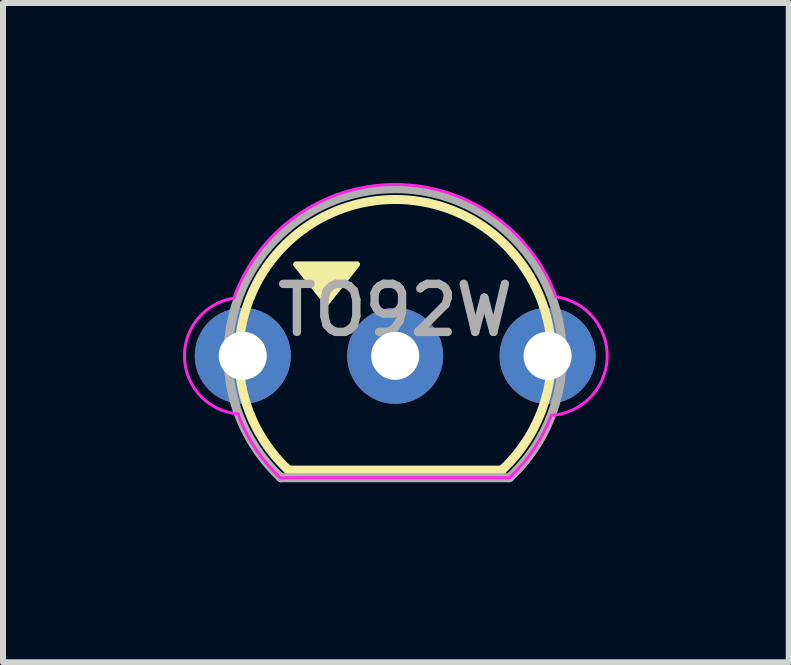
<source format=kicad_pcb>
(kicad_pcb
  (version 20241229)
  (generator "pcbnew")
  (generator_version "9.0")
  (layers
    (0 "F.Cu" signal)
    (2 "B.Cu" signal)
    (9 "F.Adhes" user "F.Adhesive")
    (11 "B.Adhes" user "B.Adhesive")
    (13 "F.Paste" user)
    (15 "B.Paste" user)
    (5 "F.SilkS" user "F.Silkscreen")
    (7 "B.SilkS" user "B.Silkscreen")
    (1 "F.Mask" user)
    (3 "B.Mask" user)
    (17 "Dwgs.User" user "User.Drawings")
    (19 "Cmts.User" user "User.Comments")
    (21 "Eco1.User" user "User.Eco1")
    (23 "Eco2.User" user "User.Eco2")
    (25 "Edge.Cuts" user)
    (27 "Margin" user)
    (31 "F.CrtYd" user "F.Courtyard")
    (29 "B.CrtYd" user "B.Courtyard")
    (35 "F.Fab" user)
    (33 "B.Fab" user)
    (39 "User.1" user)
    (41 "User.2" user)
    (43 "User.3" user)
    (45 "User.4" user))
  (footprint "TO92W"
    (layer "F.Cu")
    (at 3.536 2.88)
    (property "Reference" "TO92W" (at 0 -0.762 0) (layer "F.Fab") (effects (font (size 0.8 0.8) (thickness 0.14))))
    (attr through_hole)
    (fp_line (start 1.778 1.905) (end -1.778 1.905) (stroke (width 0.15) (type solid)) (layer "F.SilkS"))
    (fp_arc (start -1.779657 1.903452) (mid 0.001134 -2.605822) (end 1.778 1.905) (stroke (width 0.15) (type solid)) (layer "F.SilkS"))
    (fp_poly (pts (xy -1.143 -0.889) (xy -1.651 -1.524) (xy -0.635 -1.524)) (stroke (width 0.1) (type solid)) (fill yes) (layer "F.SilkS"))
    (fp_line (start -1.905 2.032) (end 1.905 2.032) (stroke (width 0.05) (type solid)) (layer "F.CrtYd"))
    (fp_arc (start -2.68898 -0.960163) (mid -0.012444 -2.855236) (end 2.680509 -0.983565) (stroke (width 0.05) (type solid)) (layer "F.CrtYd"))
    (fp_arc (start -2.609011 0.968991) (mid -3.51061 0.040278) (end -2.689058 -0.959942) (stroke (width 0.05) (type solid)) (layer "F.CrtYd"))
    (fp_arc (start -1.912481 2.037861) (mid -2.315074 1.565532) (end -2.603499 1.015999) (stroke (width 0.05) (type solid)) (layer "F.CrtYd"))
    (fp_arc (start 2.602971 0.991252) (mid 2.313274 1.551387) (end 1.904999 2.031999) (stroke (width 0.05) (type solid)) (layer "F.CrtYd"))
    (fp_arc (start 2.681247 -0.983461) (mid 3.532771 0.039406) (end 2.602852 0.991562) (stroke (width 0.05) (type solid)) (layer "F.CrtYd"))
    (fp_line (start -1.905 2.032) (end 1.905 2.032) (stroke (width 0.15) (type solid)) (layer "F.Fab"))
    (fp_arc (start -1.90483 2.032158) (mid -0.000116 -2.785326) (end 1.904999 2.031999) (stroke (width 0.15) (type solid)) (layer "F.Fab"))
    (pad "1" thru_hole circle (at -2.54 0) (size 1.6 1.6) (drill 0.8) (layers "*.Cu" "*.Mask"))
    (pad "2" thru_hole circle (at 0 0) (size 1.6 1.6) (drill 0.8) (layers "*.Cu" "*.Mask"))
    (pad "3" thru_hole circle (at 2.54 0) (size 1.6 1.6) (drill 0.8) (layers "*.Cu" "*.Mask")))
  (gr_rect
    (start -3 -3)
    (end 10.095 7.987)
    (stroke (width 0.1) (type default))
    (fill no)
    (layer "Edge.Cuts")))
</source>
